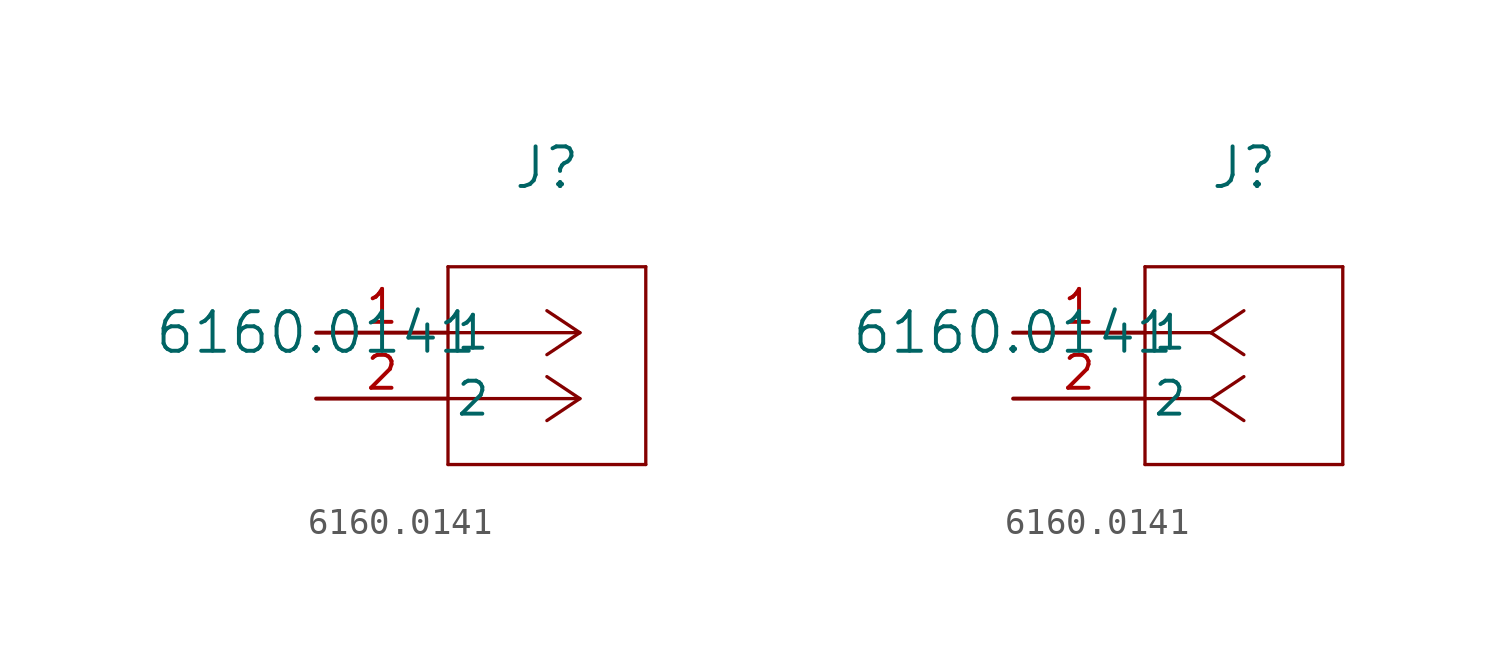
<source format=kicad_sym>
(kicad_symbol_lib
  (version 20211014)
  (generator kicad_symbol_editor)
  (symbol "6160.0141"
    (pin_names
      (offset 0.254))
    (property "Reference" "J"
      (at 8.89 6.35 0)
      (effects (font (size 1.524 1.524))))
    (property "Value" "6160.0141"
      (at 0 0 0)
      (effects (font (size 1.524 1.524))))
    (symbol "6160.0141_1_1"
      (polyline (pts (xy 10.16 0) (xy 5.08 0)) (stroke (width 0.127) (type default) (color 0 0 0 0)) (fill (type none)))
      (polyline (pts (xy 10.16 -2.54) (xy 5.08 -2.54)) (stroke (width 0.127) (type default) (color 0 0 0 0)) (fill (type none)))
      (polyline (pts (xy 10.16 0) (xy 8.89 0.847)) (stroke (width 0.127) (type default) (color 0 0 0 0)) (fill (type none)))
      (polyline (pts (xy 10.16 -2.54) (xy 8.89 -1.693)) (stroke (width 0.127) (type default) (color 0 0 0 0)) (fill (type none)))
      (polyline (pts (xy 10.16 0) (xy 8.89 -0.847)) (stroke (width 0.127) (type default) (color 0 0 0 0)) (fill (type none)))
      (polyline (pts (xy 10.16 -2.54) (xy 8.89 -3.387)) (stroke (width 0.127) (type default) (color 0 0 0 0)) (fill (type none)))
      (polyline (pts (xy 5.08 2.54) (xy 5.08 -5.08)) (stroke (width 0.127) (type default) (color 0 0 0 0)) (fill (type none)))
      (polyline (pts (xy 5.08 -5.08) (xy 12.7 -5.08)) (stroke (width 0.127) (type default) (color 0 0 0 0)) (fill (type none)))
      (polyline (pts (xy 12.7 -5.08) (xy 12.7 2.54)) (stroke (width 0.127) (type default) (color 0 0 0 0)) (fill (type none)))
      (polyline (pts (xy 12.7 2.54) (xy 5.08 2.54)) (stroke (width 0.127) (type default) (color 0 0 0 0)) (fill (type none)))
      (pin unspecified line (at 0 0 0) (length 5.08) (name "1" (effects (font (size 1.27 1.27)))) (number "1" (effects (font (size 1.27 1.27)))))
      (pin unspecified line (at 0 -2.54 0) (length 5.08) (name "2" (effects (font (size 1.27 1.27)))) (number "2" (effects (font (size 1.27 1.27))))))
    (symbol "6160.0141_1_2"
      (polyline (pts (xy 7.62 0) (xy 5.08 0)) (stroke (width 0.127) (type default) (color 0 0 0 0)) (fill (type none)))
      (polyline (pts (xy 7.62 -2.54) (xy 5.08 -2.54)) (stroke (width 0.127) (type default) (color 0 0 0 0)) (fill (type none)))
      (polyline (pts (xy 7.62 0) (xy 8.89 0.847)) (stroke (width 0.127) (type default) (color 0 0 0 0)) (fill (type none)))
      (polyline (pts (xy 7.62 -2.54) (xy 8.89 -1.693)) (stroke (width 0.127) (type default) (color 0 0 0 0)) (fill (type none)))
      (polyline (pts (xy 7.62 0) (xy 8.89 -0.847)) (stroke (width 0.127) (type default) (color 0 0 0 0)) (fill (type none)))
      (polyline (pts (xy 7.62 -2.54) (xy 8.89 -3.387)) (stroke (width 0.127) (type default) (color 0 0 0 0)) (fill (type none)))
      (polyline (pts (xy 5.08 2.54) (xy 5.08 -5.08)) (stroke (width 0.127) (type default) (color 0 0 0 0)) (fill (type none)))
      (polyline (pts (xy 5.08 -5.08) (xy 12.7 -5.08)) (stroke (width 0.127) (type default) (color 0 0 0 0)) (fill (type none)))
      (polyline (pts (xy 12.7 -5.08) (xy 12.7 2.54)) (stroke (width 0.127) (type default) (color 0 0 0 0)) (fill (type none)))
      (polyline (pts (xy 12.7 2.54) (xy 5.08 2.54)) (stroke (width 0.127) (type default) (color 0 0 0 0)) (fill (type none)))
      (pin unspecified line (at 0 0 0) (length 5.08) (name "1" (effects (font (size 1.27 1.27)))) (number "1" (effects (font (size 1.27 1.27)))))
      (pin unspecified line (at 0 -2.54 0) (length 5.08) (name "2" (effects (font (size 1.27 1.27)))) (number "2" (effects (font (size 1.27 1.27))))))))
</source>
